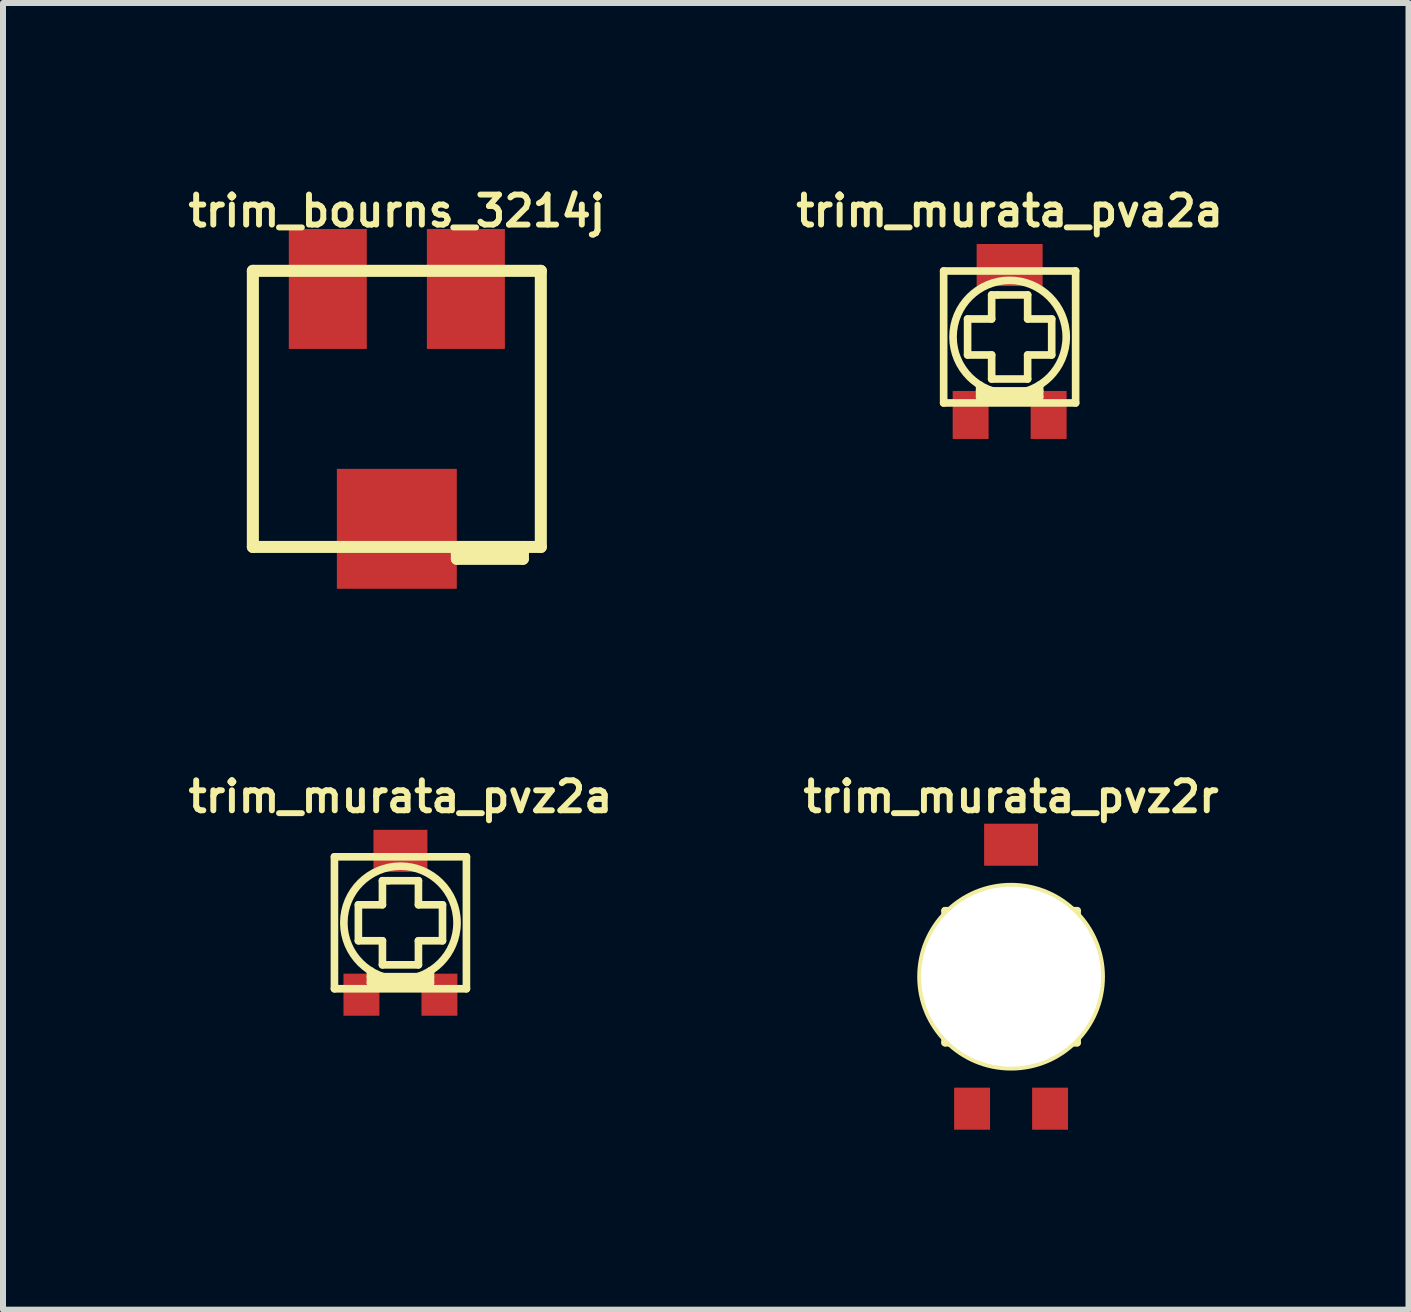
<source format=kicad_pcb>
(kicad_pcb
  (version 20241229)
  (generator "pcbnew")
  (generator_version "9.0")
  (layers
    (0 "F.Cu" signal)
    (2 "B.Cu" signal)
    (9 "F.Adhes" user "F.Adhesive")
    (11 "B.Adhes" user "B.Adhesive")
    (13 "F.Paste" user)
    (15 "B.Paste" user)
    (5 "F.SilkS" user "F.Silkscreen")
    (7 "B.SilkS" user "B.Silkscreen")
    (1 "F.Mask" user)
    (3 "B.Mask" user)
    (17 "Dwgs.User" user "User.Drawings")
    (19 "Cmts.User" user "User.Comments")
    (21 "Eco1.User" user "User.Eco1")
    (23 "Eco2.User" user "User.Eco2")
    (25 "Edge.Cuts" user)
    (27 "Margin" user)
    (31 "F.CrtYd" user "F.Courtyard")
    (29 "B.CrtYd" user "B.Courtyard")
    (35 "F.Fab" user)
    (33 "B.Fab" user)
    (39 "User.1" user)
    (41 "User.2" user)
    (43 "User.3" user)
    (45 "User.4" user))
  (footprint "trim_bourns_3214j"
    (layer "F.Cu")
    (at 3.565 3.766)
    (property "Reference" "trim_bourns_3214j" (at 0 -3.299 0) (layer "F.SilkS") (effects (font (size 0.5 0.5) (thickness 0.099))))
    (attr through_hole)
    (fp_line (start -2.4 -2.301) (end -2.4 2.301) (stroke (width 0.201) (type solid)) (layer "F.SilkS"))
    (fp_line (start -2.4 2.301) (end 2.4 2.301) (stroke (width 0.201) (type solid)) (layer "F.SilkS"))
    (fp_line (start 1.001 2.301) (end 1.001 2.499) (stroke (width 0.201) (type solid)) (layer "F.SilkS"))
    (fp_line (start 1.001 2.499) (end 2.101 2.499) (stroke (width 0.201) (type solid)) (layer "F.SilkS"))
    (fp_line (start 2.101 2.4) (end 1.001 2.4) (stroke (width 0.201) (type solid)) (layer "F.SilkS"))
    (fp_line (start 2.101 2.499) (end 2.101 2.301) (stroke (width 0.201) (type solid)) (layer "F.SilkS"))
    (fp_line (start 2.4 -2.301) (end -2.4 -2.301) (stroke (width 0.201) (type solid)) (layer "F.SilkS"))
    (fp_line (start 2.4 2.301) (end 2.4 -2.301) (stroke (width 0.201) (type solid)) (layer "F.SilkS"))
    (pad "1" smd rect (at 1.151 -1.999) (size 1.3 1.999) (layers "F.Cu" "F.Mask" "F.Paste"))
    (pad "2" smd rect (at 0 1.999) (size 1.999 1.999) (layers "F.Cu" "F.Mask" "F.Paste"))
    (pad "3" smd rect (at -1.151 -1.999) (size 1.3 1.999) (layers "F.Cu" "F.Mask" "F.Paste")))
  (footprint "trim_murata_pvz2r"
    (layer "F.Cu")
    (at 13.804 13.231)
    (property "Reference" "trim_murata_pvz2r" (at 0 -3 0) (layer "F.SilkS") (effects (font (size 0.5 0.5) (thickness 0.099))))
    (attr through_hole)
    (fp_line (start -1.1 -1.1) (end 1.1 -1.1) (stroke (width 0.127) (type solid)) (layer "F.SilkS"))
    (fp_line (start -1.1 1.1) (end -1.1 -1.1) (stroke (width 0.127) (type solid)) (layer "F.SilkS"))
    (fp_line (start -0.701 -0.3) (end -0.701 0.3) (stroke (width 0.127) (type solid)) (layer "F.SilkS"))
    (fp_line (start -0.701 0.3) (end -0.3 0.3) (stroke (width 0.127) (type solid)) (layer "F.SilkS"))
    (fp_line (start -0.5 0.899) (end 0.5 0.899) (stroke (width 0.127) (type solid)) (layer "F.SilkS"))
    (fp_line (start -0.5 1.001) (end -0.5 0.8) (stroke (width 0.127) (type solid)) (layer "F.SilkS"))
    (fp_line (start -0.3 -0.701) (end -0.3 -0.3) (stroke (width 0.127) (type solid)) (layer "F.SilkS"))
    (fp_line (start -0.3 -0.3) (end -0.701 -0.3) (stroke (width 0.127) (type solid)) (layer "F.SilkS"))
    (fp_line (start -0.3 0.3) (end -0.3 0.701) (stroke (width 0.127) (type solid)) (layer "F.SilkS"))
    (fp_line (start -0.3 0.701) (end 0.3 0.701) (stroke (width 0.127) (type solid)) (layer "F.SilkS"))
    (fp_line (start -0.201 -0.701) (end -0.3 -0.701) (stroke (width 0.127) (type solid)) (layer "F.SilkS"))
    (fp_line (start 0.3 -0.701) (end -0.201 -0.701) (stroke (width 0.127) (type solid)) (layer "F.SilkS"))
    (fp_line (start 0.3 -0.3) (end 0.3 -0.701) (stroke (width 0.127) (type solid)) (layer "F.SilkS"))
    (fp_line (start 0.3 0.3) (end 0.701 0.3) (stroke (width 0.127) (type solid)) (layer "F.SilkS"))
    (fp_line (start 0.3 0.701) (end 0.3 0.3) (stroke (width 0.127) (type solid)) (layer "F.SilkS"))
    (fp_line (start 0.5 1.001) (end -0.5 1.001) (stroke (width 0.127) (type solid)) (layer "F.SilkS"))
    (fp_line (start 0.5 1.001) (end 0.5 0.8) (stroke (width 0.127) (type solid)) (layer "F.SilkS"))
    (fp_line (start 0.701 -0.3) (end 0.3 -0.3) (stroke (width 0.127) (type solid)) (layer "F.SilkS"))
    (fp_line (start 0.701 0.3) (end 0.701 -0.3) (stroke (width 0.127) (type solid)) (layer "F.SilkS"))
    (fp_line (start 1.1 -1.1) (end 1.1 1.1) (stroke (width 0.127) (type solid)) (layer "F.SilkS"))
    (fp_line (start 1.1 1.1) (end -1.1 1.1) (stroke (width 0.127) (type solid)) (layer "F.SilkS"))
    (fp_circle (center 0 0) (end -1.501 0) (stroke (width 0.127) (type solid)) (fill no) (layer "F.SilkS"))
    (fp_circle (center 0 0) (end -0.8 0.5) (stroke (width 0.127) (type solid)) (fill no) (layer "F.SilkS"))
    (pad "" np_thru_hole circle (at 0 0) (size 3 3) (drill 3) (layers "*.Cu" "*.Mask" "F.SilkS"))
    (pad "1" smd rect (at -0.65 2.2) (size 0.599 0.701) (layers "F.Cu" "F.Mask" "F.Paste"))
    (pad "2" smd rect (at 0 -2.2) (size 0.899 0.701) (layers "F.Cu" "F.Mask" "F.Paste"))
    (pad "3" smd rect (at 0.65 2.2) (size 0.599 0.701) (layers "F.Cu" "F.Mask" "F.Paste")))
  (footprint "trim_murata_pva2a"
    (layer "F.Cu")
    (at 13.78 2.567)
    (property "Reference" "trim_murata_pva2a" (at 0 -2.101 0) (layer "F.SilkS") (effects (font (size 0.5 0.5) (thickness 0.099))))
    (attr through_hole)
    (fp_line (start -1.1 -1.1) (end 1.1 -1.1) (stroke (width 0.127) (type solid)) (layer "F.SilkS"))
    (fp_line (start -1.1 1.1) (end -1.1 -1.1) (stroke (width 0.127) (type solid)) (layer "F.SilkS"))
    (fp_line (start -0.701 -0.3) (end -0.701 0.3) (stroke (width 0.127) (type solid)) (layer "F.SilkS"))
    (fp_line (start -0.701 0.3) (end -0.3 0.3) (stroke (width 0.127) (type solid)) (layer "F.SilkS"))
    (fp_line (start -0.5 0.899) (end 0.5 0.899) (stroke (width 0.127) (type solid)) (layer "F.SilkS"))
    (fp_line (start -0.5 1.001) (end -0.5 0.8) (stroke (width 0.127) (type solid)) (layer "F.SilkS"))
    (fp_line (start -0.3 -0.701) (end -0.3 -0.3) (stroke (width 0.127) (type solid)) (layer "F.SilkS"))
    (fp_line (start -0.3 -0.3) (end -0.701 -0.3) (stroke (width 0.127) (type solid)) (layer "F.SilkS"))
    (fp_line (start -0.3 0.3) (end -0.3 0.701) (stroke (width 0.127) (type solid)) (layer "F.SilkS"))
    (fp_line (start -0.3 0.701) (end 0.3 0.701) (stroke (width 0.127) (type solid)) (layer "F.SilkS"))
    (fp_line (start -0.201 -0.701) (end -0.3 -0.701) (stroke (width 0.127) (type solid)) (layer "F.SilkS"))
    (fp_line (start 0.3 -0.701) (end -0.201 -0.701) (stroke (width 0.127) (type solid)) (layer "F.SilkS"))
    (fp_line (start 0.3 -0.3) (end 0.3 -0.701) (stroke (width 0.127) (type solid)) (layer "F.SilkS"))
    (fp_line (start 0.3 0.3) (end 0.701 0.3) (stroke (width 0.127) (type solid)) (layer "F.SilkS"))
    (fp_line (start 0.3 0.701) (end 0.3 0.3) (stroke (width 0.127) (type solid)) (layer "F.SilkS"))
    (fp_line (start 0.5 1.001) (end -0.5 1.001) (stroke (width 0.127) (type solid)) (layer "F.SilkS"))
    (fp_line (start 0.5 1.001) (end 0.5 0.8) (stroke (width 0.127) (type solid)) (layer "F.SilkS"))
    (fp_line (start 0.701 -0.3) (end 0.3 -0.3) (stroke (width 0.127) (type solid)) (layer "F.SilkS"))
    (fp_line (start 0.701 0.3) (end 0.701 -0.3) (stroke (width 0.127) (type solid)) (layer "F.SilkS"))
    (fp_line (start 1.1 -1.1) (end 1.1 1.1) (stroke (width 0.127) (type solid)) (layer "F.SilkS"))
    (fp_line (start 1.1 1.1) (end -1.1 1.1) (stroke (width 0.127) (type solid)) (layer "F.SilkS"))
    (fp_circle (center 0 0) (end -0.8 0.5) (stroke (width 0.127) (type solid)) (fill no) (layer "F.SilkS"))
    (pad "1" smd rect (at -0.65 1.3) (size 0.599 0.8) (layers "F.Cu" "F.Mask" "F.Paste"))
    (pad "2" smd rect (at 0 -1.199) (size 1.1 0.701) (layers "F.Cu" "F.Mask" "F.Paste"))
    (pad "3" smd rect (at 0.65 1.3) (size 0.599 0.8) (layers "F.Cu" "F.Mask" "F.Paste")))
  (footprint "trim_murata_pvz2a"
    (layer "F.Cu")
    (at 3.625 12.332)
    (property "Reference" "trim_murata_pvz2a" (at 0 -2.101 0) (layer "F.SilkS") (effects (font (size 0.5 0.5) (thickness 0.099))))
    (attr through_hole)
    (fp_line (start -1.1 -1.1) (end 1.1 -1.1) (stroke (width 0.127) (type solid)) (layer "F.SilkS"))
    (fp_line (start -1.1 1.1) (end -1.1 -1.1) (stroke (width 0.127) (type solid)) (layer "F.SilkS"))
    (fp_line (start -0.701 -0.3) (end -0.701 0.3) (stroke (width 0.127) (type solid)) (layer "F.SilkS"))
    (fp_line (start -0.701 0.3) (end -0.3 0.3) (stroke (width 0.127) (type solid)) (layer "F.SilkS"))
    (fp_line (start -0.5 0.899) (end 0.5 0.899) (stroke (width 0.127) (type solid)) (layer "F.SilkS"))
    (fp_line (start -0.5 1.001) (end -0.5 0.8) (stroke (width 0.127) (type solid)) (layer "F.SilkS"))
    (fp_line (start -0.3 -0.701) (end -0.3 -0.3) (stroke (width 0.127) (type solid)) (layer "F.SilkS"))
    (fp_line (start -0.3 -0.3) (end -0.701 -0.3) (stroke (width 0.127) (type solid)) (layer "F.SilkS"))
    (fp_line (start -0.3 0.3) (end -0.3 0.701) (stroke (width 0.127) (type solid)) (layer "F.SilkS"))
    (fp_line (start -0.3 0.701) (end 0.3 0.701) (stroke (width 0.127) (type solid)) (layer "F.SilkS"))
    (fp_line (start -0.201 -0.701) (end -0.3 -0.701) (stroke (width 0.127) (type solid)) (layer "F.SilkS"))
    (fp_line (start 0.3 -0.701) (end -0.201 -0.701) (stroke (width 0.127) (type solid)) (layer "F.SilkS"))
    (fp_line (start 0.3 -0.3) (end 0.3 -0.701) (stroke (width 0.127) (type solid)) (layer "F.SilkS"))
    (fp_line (start 0.3 0.3) (end 0.701 0.3) (stroke (width 0.127) (type solid)) (layer "F.SilkS"))
    (fp_line (start 0.3 0.701) (end 0.3 0.3) (stroke (width 0.127) (type solid)) (layer "F.SilkS"))
    (fp_line (start 0.5 1.001) (end -0.5 1.001) (stroke (width 0.127) (type solid)) (layer "F.SilkS"))
    (fp_line (start 0.5 1.001) (end 0.5 0.8) (stroke (width 0.127) (type solid)) (layer "F.SilkS"))
    (fp_line (start 0.701 -0.3) (end 0.3 -0.3) (stroke (width 0.127) (type solid)) (layer "F.SilkS"))
    (fp_line (start 0.701 0.3) (end 0.701 -0.3) (stroke (width 0.127) (type solid)) (layer "F.SilkS"))
    (fp_line (start 1.1 -1.1) (end 1.1 1.1) (stroke (width 0.127) (type solid)) (layer "F.SilkS"))
    (fp_line (start 1.1 1.1) (end -1.1 1.1) (stroke (width 0.127) (type solid)) (layer "F.SilkS"))
    (fp_circle (center 0 0) (end -0.8 0.5) (stroke (width 0.127) (type solid)) (fill no) (layer "F.SilkS"))
    (pad "1" smd rect (at -0.65 1.199) (size 0.599 0.701) (layers "F.Cu" "F.Mask" "F.Paste"))
    (pad "2" smd rect (at 0 -1.199) (size 0.899 0.701) (layers "F.Cu" "F.Mask" "F.Paste"))
    (pad "3" smd rect (at 0.65 1.199) (size 0.599 0.701) (layers "F.Cu" "F.Mask" "F.Paste")))
  (gr_rect
    (start -3 -3)
    (end 20.429 18.781)
    (stroke (width 0.1) (type default))
    (fill no)
    (layer "Edge.Cuts")))
</source>
